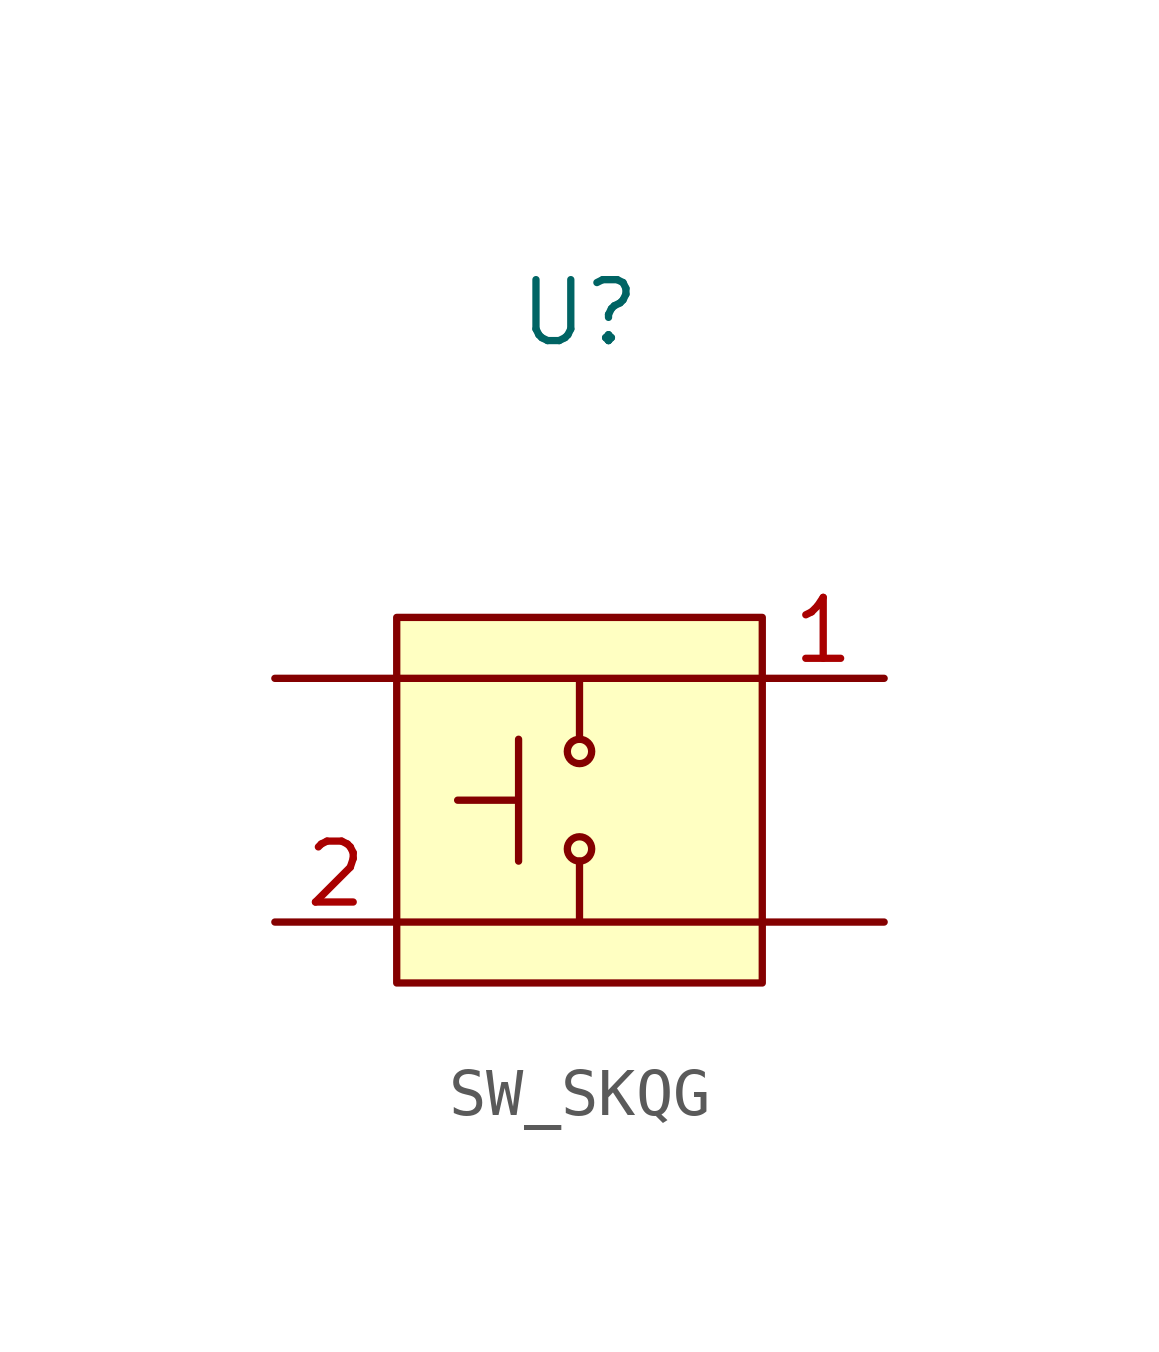
<source format=kicad_sym>
(kicad_symbol_lib
  (version 20241209)
  (generator "kicad_symbol_editor")
  (generator_version "9.0")
  (symbol "SW_SKQG"
    (property "Reference" "U"
      (at 0 0 0)
      (effects (font (size 1.27 1.27))))
    (property "Value" ""
      (at 0 0 0)
      (effects (font (size 1.27 1.27))))
    (symbol "SW_SKQG_0_1"
      (polyline (pts (xy -3.81 -7.62) (xy 3.81 -7.62) (xy 0 -7.62) (xy 0 -8.89)) (stroke (width 0) (type default)) (fill (type none)))
      (polyline (pts (xy -3.81 -12.7) (xy 3.81 -12.7) (xy 0 -12.7) (xy 0 -11.43)) (stroke (width 0) (type default)) (fill (type none))))
    (symbol "SW_SKQG_1_1"
      (rectangle (start -3.81 -6.35) (end 3.81 -13.97) (stroke (width 0) (type solid)) (fill (type background)))
      (polyline (pts (xy -1.27 -10.16) (xy -1.27 -11.43) (xy -1.27 -8.89) (xy -1.27 -10.16) (xy -2.54 -10.16)) (stroke (width 0) (type default)) (fill (type none)))
      (circle (center 0 -9.144) (radius 0.254) (stroke (width 0) (type default)) (fill (type none)))
      (circle (center 0 -11.176) (radius 0.254) (stroke (width 0) (type default)) (fill (type none)))
      (pin passive line (at -6.35 -7.62 0) (length 2.54) (name "" (effects (font (size 1.27 1.27)))) (number "" (effects (font (size 1.27 1.27)))))
      (pin passive line (at -6.35 -12.7 0) (length 2.54) (name "" (effects (font (size 1.27 1.27)))) (number "2" (effects (font (size 1.27 1.27)))))
      (pin passive line (at 6.35 -7.62 180) (length 2.54) (name "" (effects (font (size 1.27 1.27)))) (number "1" (effects (font (size 1.27 1.27)))))
      (pin passive line (at 6.35 -12.7 180) (length 2.54) (name "" (effects (font (size 1.27 1.27)))) (number "" (effects (font (size 1.27 1.27))))))))
</source>
